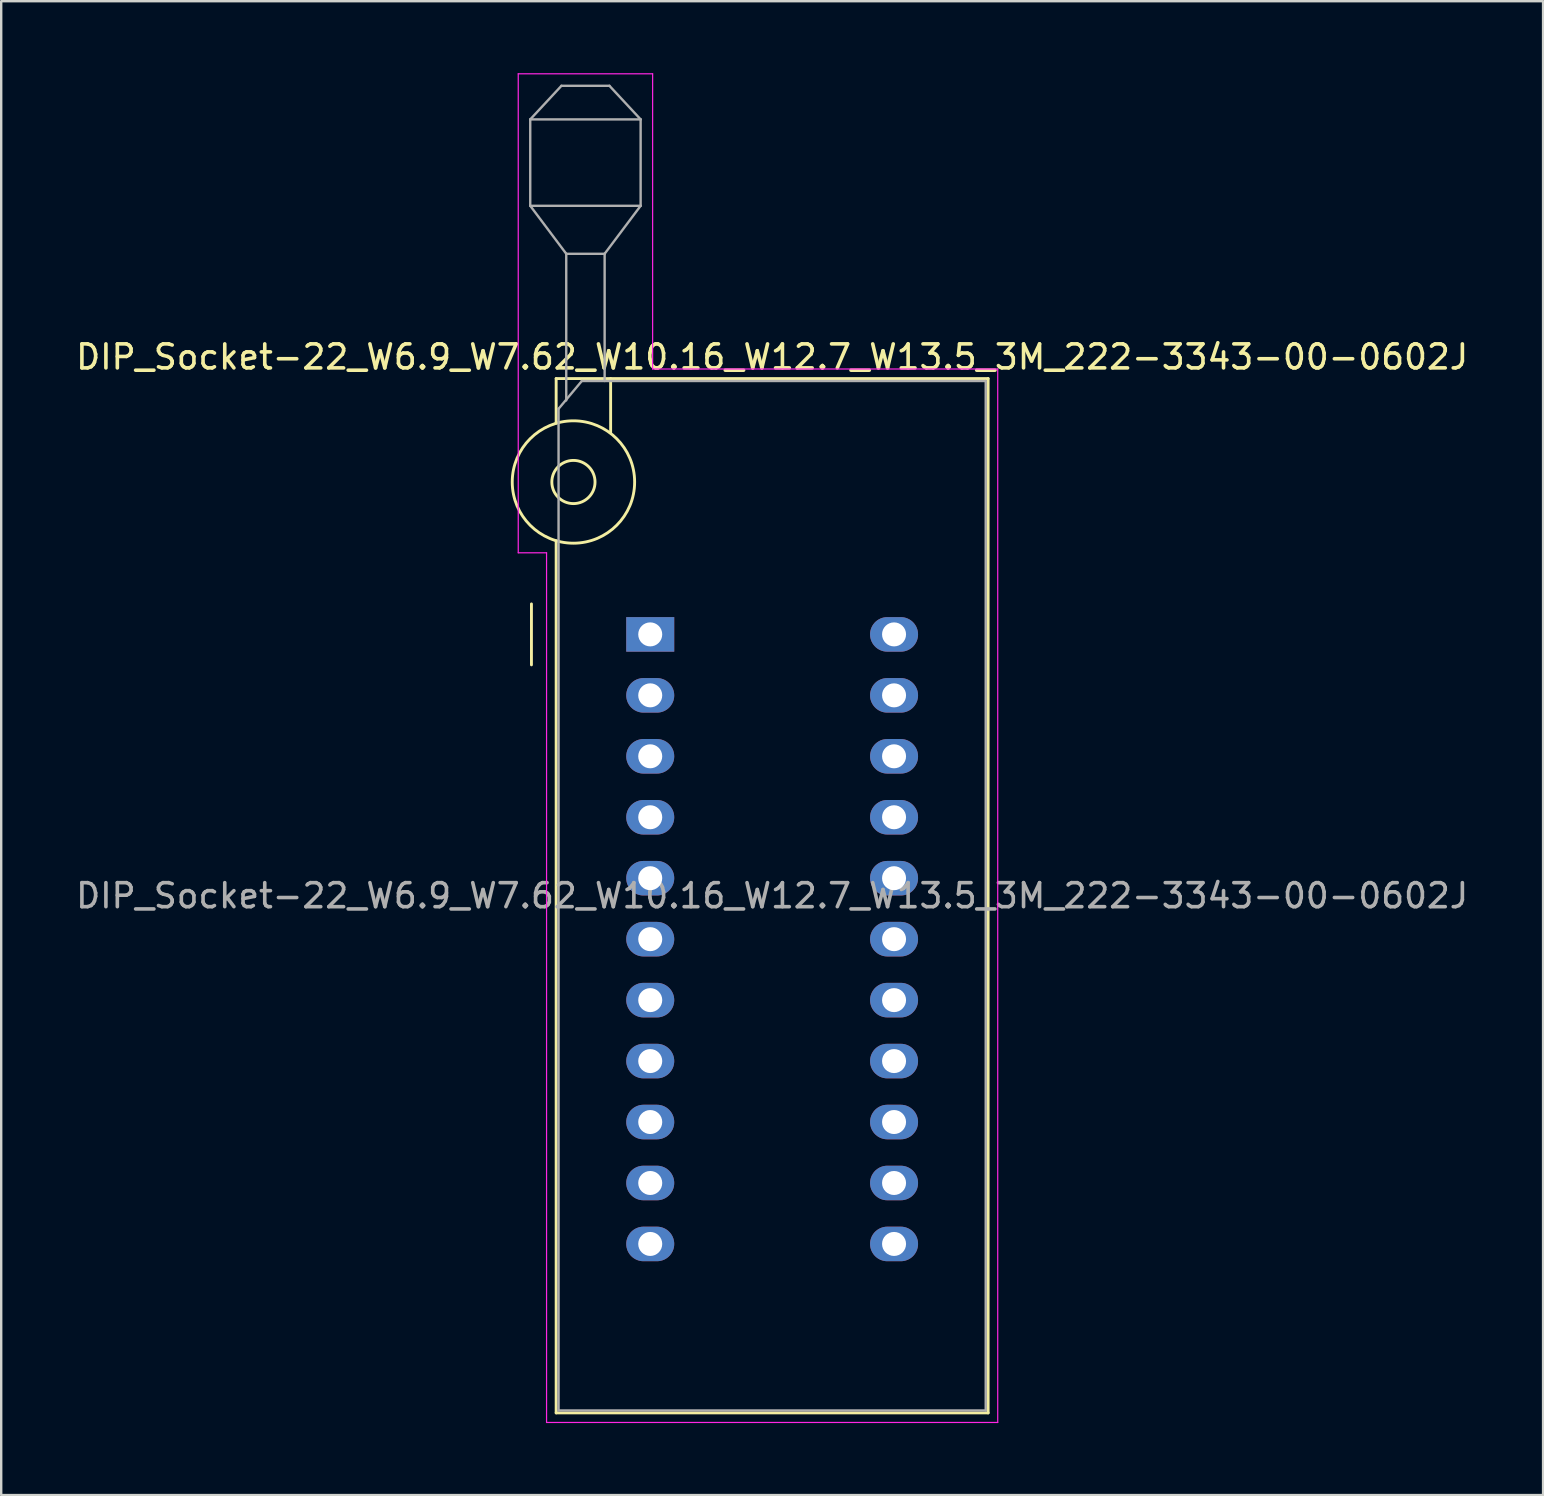
<source format=kicad_pcb>
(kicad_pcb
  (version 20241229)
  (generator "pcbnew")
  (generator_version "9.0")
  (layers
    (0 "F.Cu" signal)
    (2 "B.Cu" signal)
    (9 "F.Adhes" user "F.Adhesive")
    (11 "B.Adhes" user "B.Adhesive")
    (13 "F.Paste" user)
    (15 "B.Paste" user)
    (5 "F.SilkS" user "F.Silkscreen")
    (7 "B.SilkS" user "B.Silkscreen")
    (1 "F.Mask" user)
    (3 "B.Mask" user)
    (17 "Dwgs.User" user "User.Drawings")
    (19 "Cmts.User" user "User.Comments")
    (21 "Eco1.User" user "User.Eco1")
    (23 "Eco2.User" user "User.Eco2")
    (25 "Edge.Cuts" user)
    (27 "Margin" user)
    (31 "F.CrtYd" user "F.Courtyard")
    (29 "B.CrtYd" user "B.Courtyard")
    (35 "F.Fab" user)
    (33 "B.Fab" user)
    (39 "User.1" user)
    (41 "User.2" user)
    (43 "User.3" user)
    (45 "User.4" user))
  (footprint "DIP_Socket-22_W6.9_W7.62_W10.16_W12.7_W13.5_3M_222-3343-00-0602J"
    (layer "F.Cu")
    (at 24.045 23.385)
    (property "Reference" "DIP_Socket-22_W6.9_W7.62_W10.16_W12.7_W13.5_3M_222-3343-00-0602J" (at 5.08 -11.56 0) (layer "F.SilkS") (effects (font (size 1 1) (thickness 0.15))))
    (attr through_hole)
    (fp_line (start -4.95 1.27) (end -4.95 -1.27) (stroke (width 0.12) (type solid)) (layer "F.SilkS"))
    (fp_line (start -3.92 -10.66) (end -3.92 -8.8) (stroke (width 0.12) (type solid)) (layer "F.SilkS"))
    (fp_line (start -3.92 -3.9) (end -3.92 32.44) (stroke (width 0.12) (type solid)) (layer "F.SilkS"))
    (fp_line (start -3.92 32.44) (end 14.08 32.44) (stroke (width 0.12) (type solid)) (layer "F.SilkS"))
    (fp_line (start -1.65 -10.66) (end -1.65 -8.4) (stroke (width 0.12) (type solid)) (layer "F.SilkS"))
    (fp_line (start 14.08 -10.66) (end -3.92 -10.66) (stroke (width 0.12) (type solid)) (layer "F.SilkS"))
    (fp_line (start 14.08 32.44) (end 14.08 -10.66) (stroke (width 0.12) (type solid)) (layer "F.SilkS"))
    (fp_circle (center -3.2 -6.35) (end -2.3 -6.35) (stroke (width 0.12) (type solid)) (fill no) (layer "F.SilkS"))
    (fp_circle (center -3.2 -6.35) (end -0.65 -6.35) (stroke (width 0.12) (type solid)) (fill no) (layer "F.SilkS"))
    (fp_line (start -5.5 -23.36) (end 0.1 -23.36) (stroke (width 0.05) (type solid)) (layer "F.CrtYd"))
    (fp_line (start -5.5 -3.4) (end -5.5 -23.36) (stroke (width 0.05) (type solid)) (layer "F.CrtYd"))
    (fp_line (start -4.32 -3.4) (end -5.5 -3.4) (stroke (width 0.05) (type solid)) (layer "F.CrtYd"))
    (fp_line (start -4.32 32.84) (end -4.32 -3.4) (stroke (width 0.05) (type solid)) (layer "F.CrtYd"))
    (fp_line (start 0.1 -23.36) (end 0.1 -11.06) (stroke (width 0.05) (type solid)) (layer "F.CrtYd"))
    (fp_line (start 0.1 -11.06) (end 14.48 -11.06) (stroke (width 0.05) (type solid)) (layer "F.CrtYd"))
    (fp_line (start 14.48 -11.06) (end 14.48 32.84) (stroke (width 0.05) (type solid)) (layer "F.CrtYd"))
    (fp_line (start 14.48 32.84) (end -4.32 32.84) (stroke (width 0.05) (type solid)) (layer "F.CrtYd"))
    (fp_line (start -5 -21.46) (end -5 -17.86) (stroke (width 0.1) (type solid)) (layer "F.Fab"))
    (fp_line (start -5 -21.46) (end -3.7 -22.86) (stroke (width 0.1) (type solid)) (layer "F.Fab"))
    (fp_line (start -5 -17.86) (end -3.5 -15.86) (stroke (width 0.1) (type solid)) (layer "F.Fab"))
    (fp_line (start -5 -17.86) (end -0.4 -17.86) (stroke (width 0.1) (type solid)) (layer "F.Fab"))
    (fp_line (start -3.82 -9.4) (end -2.85 -10.56) (stroke (width 0.1) (type solid)) (layer "F.Fab"))
    (fp_line (start -3.82 32.34) (end -3.82 -9.4) (stroke (width 0.1) (type solid)) (layer "F.Fab"))
    (fp_line (start -3.7 -22.86) (end -1.7 -22.86) (stroke (width 0.1) (type solid)) (layer "F.Fab"))
    (fp_line (start -3.5 -15.86) (end -1.9 -15.86) (stroke (width 0.1) (type solid)) (layer "F.Fab"))
    (fp_line (start -3.5 -9.75) (end -3.5 -15.86) (stroke (width 0.1) (type solid)) (layer "F.Fab"))
    (fp_line (start -2.85 -10.56) (end 13.98 -10.56) (stroke (width 0.1) (type solid)) (layer "F.Fab"))
    (fp_line (start -1.9 -15.86) (end -1.9 -10.56) (stroke (width 0.1) (type solid)) (layer "F.Fab"))
    (fp_line (start -1.7 -22.86) (end -0.4 -21.46) (stroke (width 0.1) (type solid)) (layer "F.Fab"))
    (fp_line (start -0.4 -21.46) (end -5 -21.46) (stroke (width 0.1) (type solid)) (layer "F.Fab"))
    (fp_line (start -0.4 -17.86) (end -1.9 -15.86) (stroke (width 0.1) (type solid)) (layer "F.Fab"))
    (fp_line (start -0.4 -17.86) (end -0.4 -21.46) (stroke (width 0.1) (type solid)) (layer "F.Fab"))
    (fp_line (start 13.98 -10.56) (end 13.98 32.34) (stroke (width 0.1) (type solid)) (layer "F.Fab"))
    (fp_line (start 13.98 32.34) (end -3.82 32.34) (stroke (width 0.1) (type solid)) (layer "F.Fab"))
    (fp_text user "${REFERENCE}" (at 5.08 10.89 0) (layer "F.Fab") (effects (font (size 1 1) (thickness 0.15))))
    (pad "1" thru_hole rect (at 0 0) (size 2 1.44) (drill 1) (layers "*.Cu" "*.Mask"))
    (pad "2" thru_hole oval (at 0 2.54) (size 2 1.44) (drill 1) (layers "*.Cu" "*.Mask"))
    (pad "3" thru_hole oval (at 0 5.08) (size 2 1.44) (drill 1) (layers "*.Cu" "*.Mask"))
    (pad "4" thru_hole oval (at 0 7.62) (size 2 1.44) (drill 1) (layers "*.Cu" "*.Mask"))
    (pad "5" thru_hole oval (at 0 10.16) (size 2 1.44) (drill 1) (layers "*.Cu" "*.Mask"))
    (pad "6" thru_hole oval (at 0 12.7) (size 2 1.44) (drill 1) (layers "*.Cu" "*.Mask"))
    (pad "7" thru_hole oval (at 0 15.24) (size 2 1.44) (drill 1) (layers "*.Cu" "*.Mask"))
    (pad "8" thru_hole oval (at 0 17.78) (size 2 1.44) (drill 1) (layers "*.Cu" "*.Mask"))
    (pad "9" thru_hole oval (at 0 20.32) (size 2 1.44) (drill 1) (layers "*.Cu" "*.Mask"))
    (pad "10" thru_hole oval (at 0 22.86) (size 2 1.44) (drill 1) (layers "*.Cu" "*.Mask"))
    (pad "11" thru_hole oval (at 0 25.4) (size 2 1.44) (drill 1) (layers "*.Cu" "*.Mask"))
    (pad "12" thru_hole oval (at 10.16 25.4) (size 2 1.44) (drill 1) (layers "*.Cu" "*.Mask"))
    (pad "13" thru_hole oval (at 10.16 22.86) (size 2 1.44) (drill 1) (layers "*.Cu" "*.Mask"))
    (pad "14" thru_hole oval (at 10.16 20.32) (size 2 1.44) (drill 1) (layers "*.Cu" "*.Mask"))
    (pad "15" thru_hole oval (at 10.16 17.78) (size 2 1.44) (drill 1) (layers "*.Cu" "*.Mask"))
    (pad "16" thru_hole oval (at 10.16 15.24) (size 2 1.44) (drill 1) (layers "*.Cu" "*.Mask"))
    (pad "17" thru_hole oval (at 10.16 12.7) (size 2 1.44) (drill 1) (layers "*.Cu" "*.Mask"))
    (pad "18" thru_hole oval (at 10.16 10.16) (size 2 1.44) (drill 1) (layers "*.Cu" "*.Mask"))
    (pad "19" thru_hole oval (at 10.16 7.62) (size 2 1.44) (drill 1) (layers "*.Cu" "*.Mask"))
    (pad "20" thru_hole oval (at 10.16 5.08) (size 2 1.44) (drill 1) (layers "*.Cu" "*.Mask"))
    (pad "21" thru_hole oval (at 10.16 2.54) (size 2 1.44) (drill 1) (layers "*.Cu" "*.Mask"))
    (pad "22" thru_hole oval (at 10.16 0) (size 2 1.44) (drill 1) (layers "*.Cu" "*.Mask")))
  (gr_rect
    (start -3 -3)
    (end 61.25 59.25)
    (stroke (width 0.1) (type default))
    (fill no)
    (layer "Edge.Cuts")))
</source>
